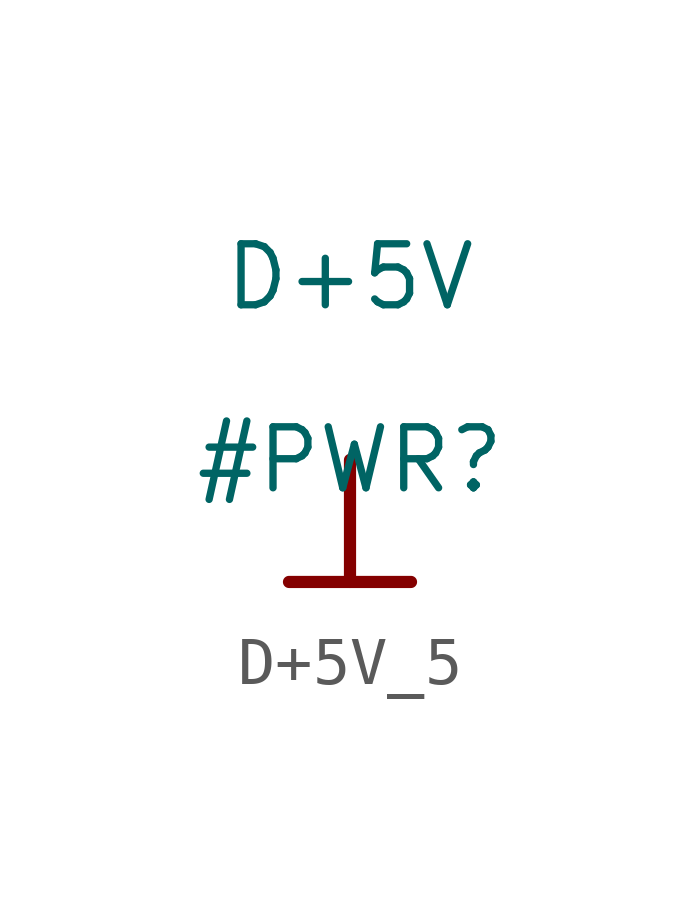
<source format=kicad_sym>
(kicad_symbol_lib
  (version 20241209)
  (generator "kicad_symbol_editor")
  (generator_version "9.0")
  (symbol "D+5V_5"
    (power)
    (property "Reference" "#PWR"
      (at 0 0 0)
      (effects (font (size 1.27 1.27))))
    (property "Value" "D+5V"
      (at 0 3.81 0)
      (effects (font (size 1.27 1.27))))
    (symbol "D+5V_5_0_0"
      (polyline (pts (xy -1.27 -2.54) (xy 1.27 -2.54)) (stroke (width 0.254) (type solid)) (fill (type none)))
      (polyline (pts (xy 0 0) (xy 0 -2.54)) (stroke (width 0.254) (type solid)) (fill (type none))))
    (symbol "D+5V_5_1_0"
      (pin power_out line (at 0 0 0) (length 0) (hide yes) (name "D+5V" (effects (font (size 1.27 1.27)))) (number "" (effects (font (size 1.27 1.27))))))))
</source>
